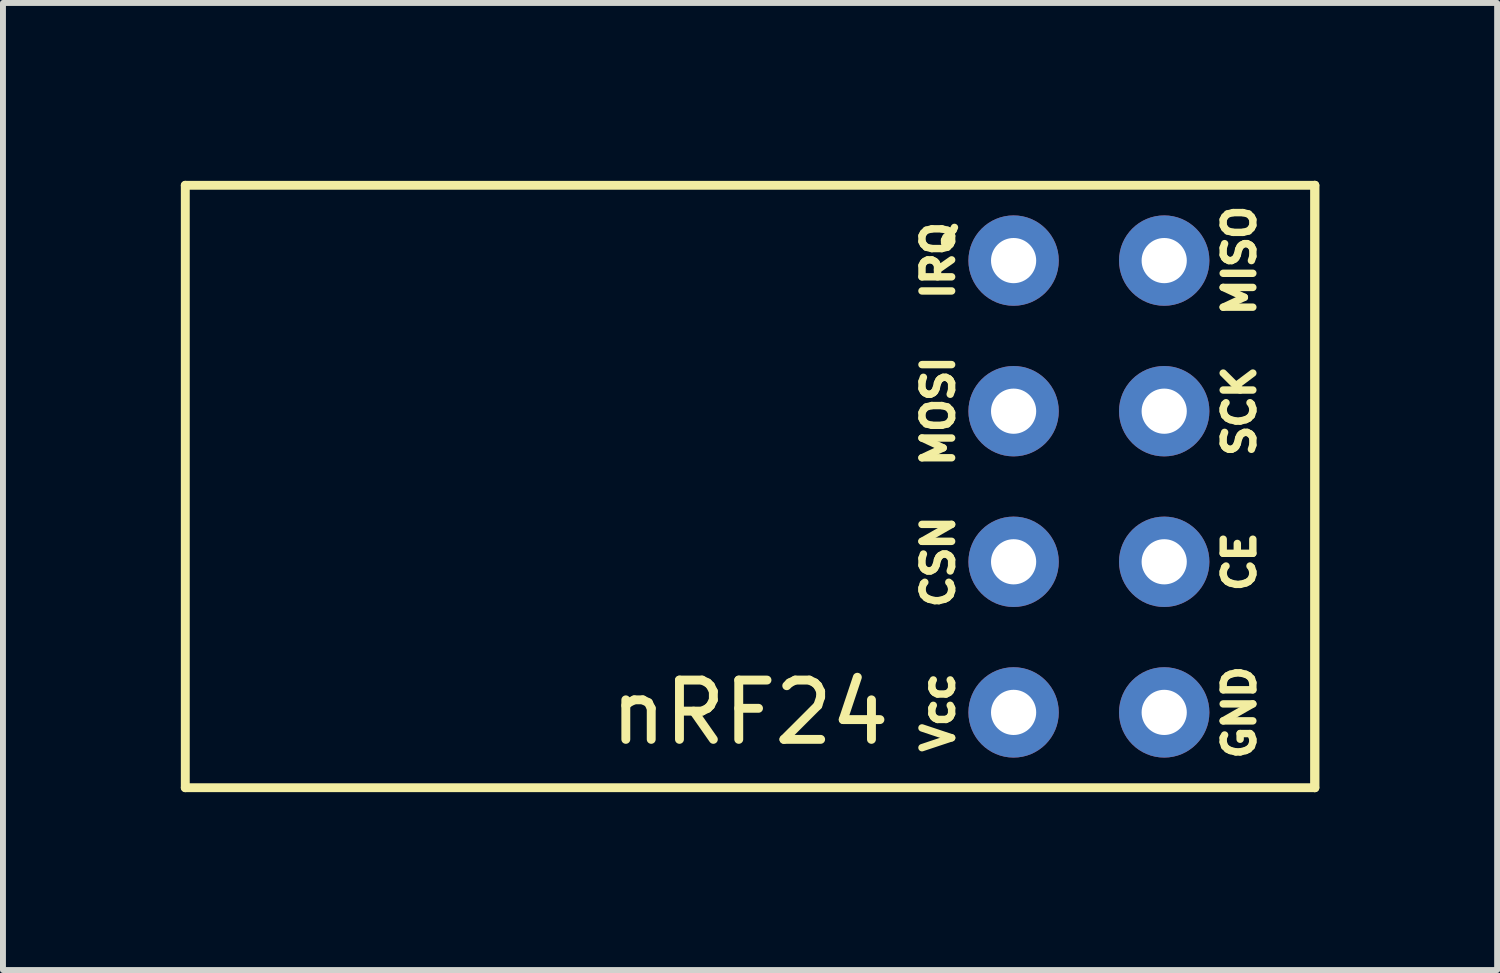
<source format=kicad_pcb>
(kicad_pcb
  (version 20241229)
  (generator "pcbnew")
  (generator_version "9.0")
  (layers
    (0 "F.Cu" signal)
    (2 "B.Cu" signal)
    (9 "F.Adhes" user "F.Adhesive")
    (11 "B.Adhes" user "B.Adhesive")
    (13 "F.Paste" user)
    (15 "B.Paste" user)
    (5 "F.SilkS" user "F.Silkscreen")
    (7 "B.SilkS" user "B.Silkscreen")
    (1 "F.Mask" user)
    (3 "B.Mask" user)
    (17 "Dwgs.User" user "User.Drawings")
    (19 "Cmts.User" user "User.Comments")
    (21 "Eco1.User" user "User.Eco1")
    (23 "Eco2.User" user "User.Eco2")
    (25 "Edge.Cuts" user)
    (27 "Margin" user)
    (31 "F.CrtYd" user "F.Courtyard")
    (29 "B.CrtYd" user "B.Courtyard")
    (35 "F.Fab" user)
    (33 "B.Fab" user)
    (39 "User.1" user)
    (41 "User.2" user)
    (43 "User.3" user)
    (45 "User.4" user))
  (footprint "nRF24"
    (layer "F.Cu")
    (at 9.6 5.155)
    (property "Reference" "nRF24" (at 0 3.81 0) (layer "F.SilkS") (effects (font (size 1 1) (thickness 0.15))))
    (attr through_hole)
    (fp_line (start -9.525 -5.08) (end -9.525 5.08) (stroke (width 0.15) (type solid)) (layer "F.SilkS"))
    (fp_line (start -9.525 5.08) (end 9.525 5.08) (stroke (width 0.15) (type solid)) (layer "F.SilkS"))
    (fp_line (start 9.525 -5.08) (end -9.525 -5.08) (stroke (width 0.15) (type solid)) (layer "F.SilkS"))
    (fp_line (start 9.525 5.08) (end 9.525 -5.08) (stroke (width 0.15) (type solid)) (layer "F.SilkS"))
    (fp_line (start 9.525 5.08) (end 9.525 -5.08) (stroke (width 0.15) (type solid)) (layer "F.SilkS"))
    (fp_text user "Vcc" (at 3.175 3.81 90) (layer "F.SilkS") (effects (font (size 0.5 0.5) (thickness 0.125))))
    (fp_text user "SCK" (at 8.255 -1.27 90) (layer "F.SilkS") (effects (font (size 0.5 0.5) (thickness 0.125))))
    (fp_text user "CE" (at 8.255 1.27 90) (layer "F.SilkS") (effects (font (size 0.5 0.5) (thickness 0.125))))
    (fp_text user "CSN" (at 3.175 1.27 90) (layer "F.SilkS") (effects (font (size 0.5 0.5) (thickness 0.125))))
    (fp_text user "GND" (at 8.255 3.81 90) (layer "F.SilkS") (effects (font (size 0.5 0.5) (thickness 0.125))))
    (fp_text user "IRQ" (at 3.175 -3.81 90) (layer "F.SilkS") (effects (font (size 0.5 0.5) (thickness 0.125))))
    (fp_text user "MOSI" (at 3.175 -1.27 90) (layer "F.SilkS") (effects (font (size 0.5 0.5) (thickness 0.125))))
    (fp_text user "MISO" (at 8.255 -3.81 90) (layer "F.SilkS") (effects (font (size 0.5 0.5) (thickness 0.125))))
    (pad "0" thru_hole circle (at 6.985 3.81) (size 1.524 1.524) (drill 0.762) (layers "*.Cu" "*.Mask"))
    (pad "1" thru_hole circle (at 6.985 1.27) (size 1.524 1.524) (drill 0.762) (layers "*.Cu" "*.Mask"))
    (pad "2" thru_hole circle (at 6.985 -1.27) (size 1.524 1.524) (drill 0.762) (layers "*.Cu" "*.Mask"))
    (pad "3" thru_hole circle (at 6.985 -3.81) (size 1.524 1.524) (drill 0.762) (layers "*.Cu" "*.Mask"))
    (pad "4" thru_hole circle (at 4.445 -3.81) (size 1.524 1.524) (drill 0.762) (layers "*.Cu" "*.Mask"))
    (pad "5" thru_hole circle (at 4.445 -1.27) (size 1.524 1.524) (drill 0.762) (layers "*.Cu" "*.Mask"))
    (pad "6" thru_hole circle (at 4.445 1.27) (size 1.524 1.524) (drill 0.762) (layers "*.Cu" "*.Mask"))
    (pad "7" thru_hole circle (at 4.445 3.81) (size 1.524 1.524) (drill 0.762) (layers "*.Cu" "*.Mask")))
  (gr_rect
    (start -3 -3)
    (end 22.2 13.31)
    (stroke (width 0.1) (type default))
    (fill no)
    (layer "Edge.Cuts")))
</source>
